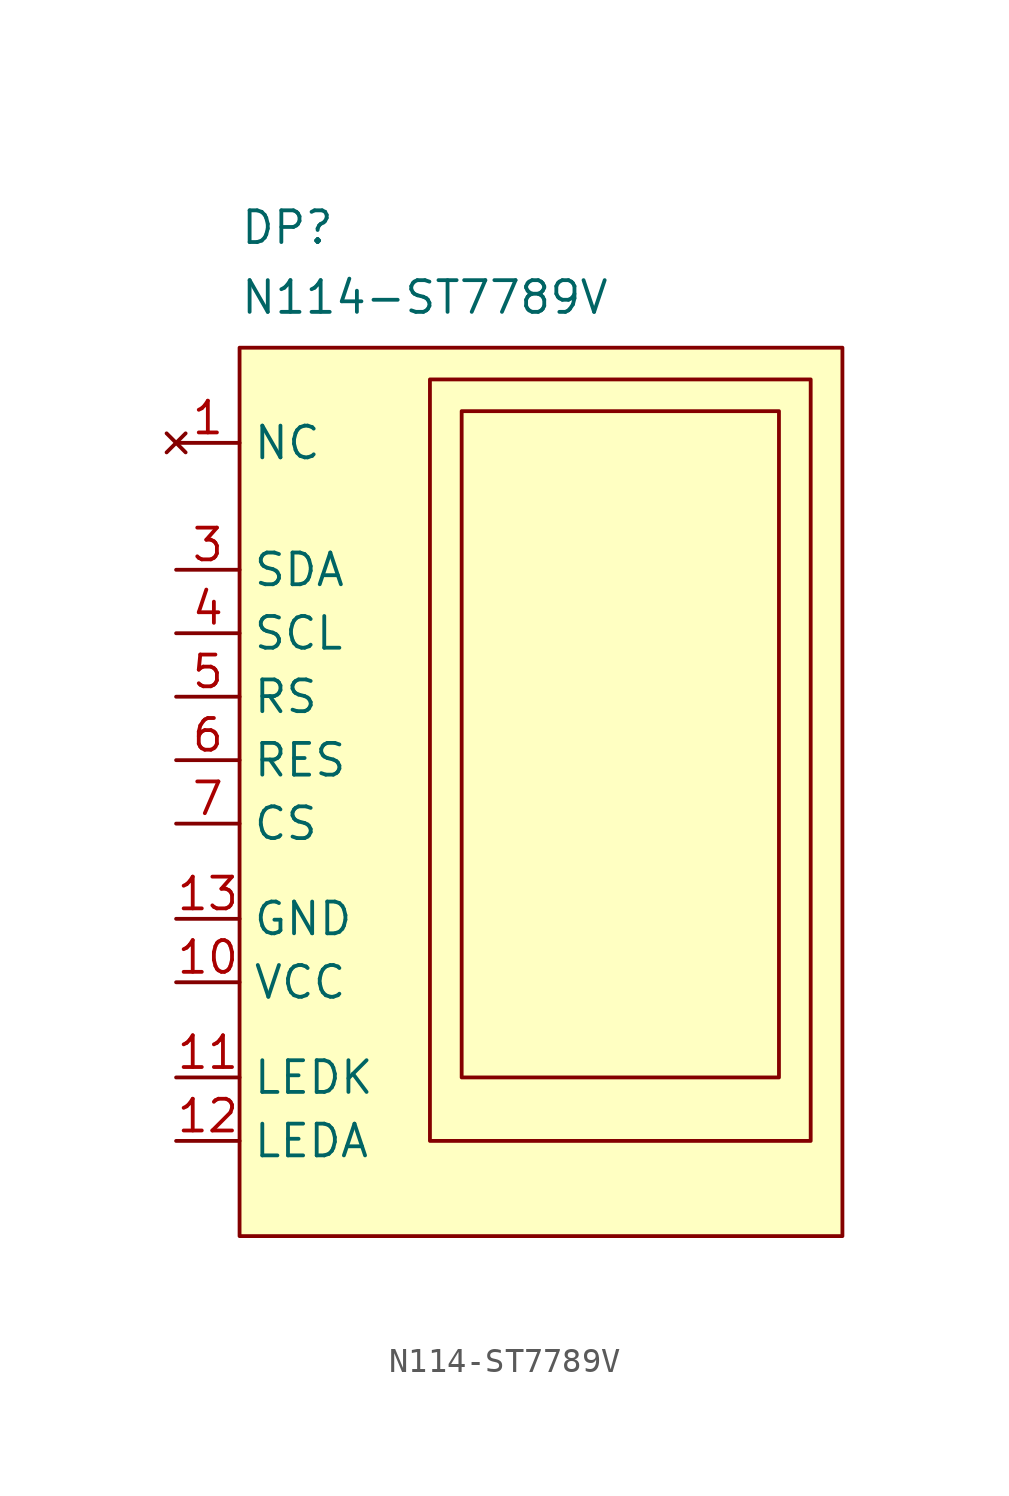
<source format=kicad_sym>
(kicad_symbol_lib
  (version 20241209)
  (generator "kicad_symbol_editor")
  (generator_version "9.0")
  (symbol "N114-ST7789V"
    (property "Reference" "DP"
      (at -10.16 23.114 0)
      (effects (font (size 1.27 1.27)) (justify left bottom)))
    (property "Value" "N114-ST7789V"
      (at -10.16 20.32 0)
      (effects (font (size 1.27 1.27)) (justify left bottom)))
    (symbol "N114-ST7789V_1_1"
      (rectangle (start -10.16 19.05) (end 13.97 -16.51) (stroke (width 0) (type solid)) (fill (type background)))
      (rectangle (start -2.54 -12.7) (end 12.7 17.78) (stroke (width 0) (type default)) (fill (type none)))
      (rectangle (start -1.27 16.51) (end 11.43 -10.16) (stroke (width 0) (type default)) (fill (type none)))
      (pin no_connect line (at -12.7 15.24 0) (length 2.54) (name "NC" (effects (font (size 1.27 1.27)))) (number "1" (effects (font (size 1.27 1.27)))))
      (pin no_connect line (at -12.7 15.24 0) (length 2.54) (hide yes) (name "NC" (effects (font (size 1.27 1.27)))) (number "2" (effects (font (size 1.27 1.27)))))
      (pin no_connect line (at -12.7 15.24 0) (length 2.54) (hide yes) (name "NC" (effects (font (size 1.27 1.27)))) (number "9" (effects (font (size 1.27 1.27)))))
      (pin bidirectional line (at -12.7 10.16 0) (length 2.54) (name "SDA" (effects (font (size 1.27 1.27)))) (number "3" (effects (font (size 1.27 1.27)))))
      (pin bidirectional line (at -12.7 7.62 0) (length 2.54) (name "SCL" (effects (font (size 1.27 1.27)))) (number "4" (effects (font (size 1.27 1.27)))))
      (pin bidirectional line (at -12.7 5.08 0) (length 2.54) (name "RS" (effects (font (size 1.27 1.27)))) (number "5" (effects (font (size 1.27 1.27)))))
      (pin bidirectional line (at -12.7 2.54 0) (length 2.54) (name "RES" (effects (font (size 1.27 1.27)))) (number "6" (effects (font (size 1.27 1.27)))))
      (pin bidirectional line (at -12.7 0 0) (length 2.54) (name "CS" (effects (font (size 1.27 1.27)))) (number "7" (effects (font (size 1.27 1.27)))))
      (pin power_in line (at -12.7 -3.81 0) (length 2.54) (name "GND" (effects (font (size 1.27 1.27)))) (number "13" (effects (font (size 1.27 1.27)))))
      (pin power_in line (at -12.7 -3.81 0) (length 2.54) (hide yes) (name "GND" (effects (font (size 1.27 1.27)))) (number "8" (effects (font (size 1.27 1.27)))))
      (pin power_in line (at -12.7 -6.35 0) (length 2.54) (name "VCC" (effects (font (size 1.27 1.27)))) (number "10" (effects (font (size 1.27 1.27)))))
      (pin input line (at -12.7 -10.16 0) (length 2.54) (name "LEDK" (effects (font (size 1.27 1.27)))) (number "11" (effects (font (size 1.27 1.27)))))
      (pin input line (at -12.7 -12.7 0) (length 2.54) (name "LEDA" (effects (font (size 1.27 1.27)))) (number "12" (effects (font (size 1.27 1.27))))))))
</source>
